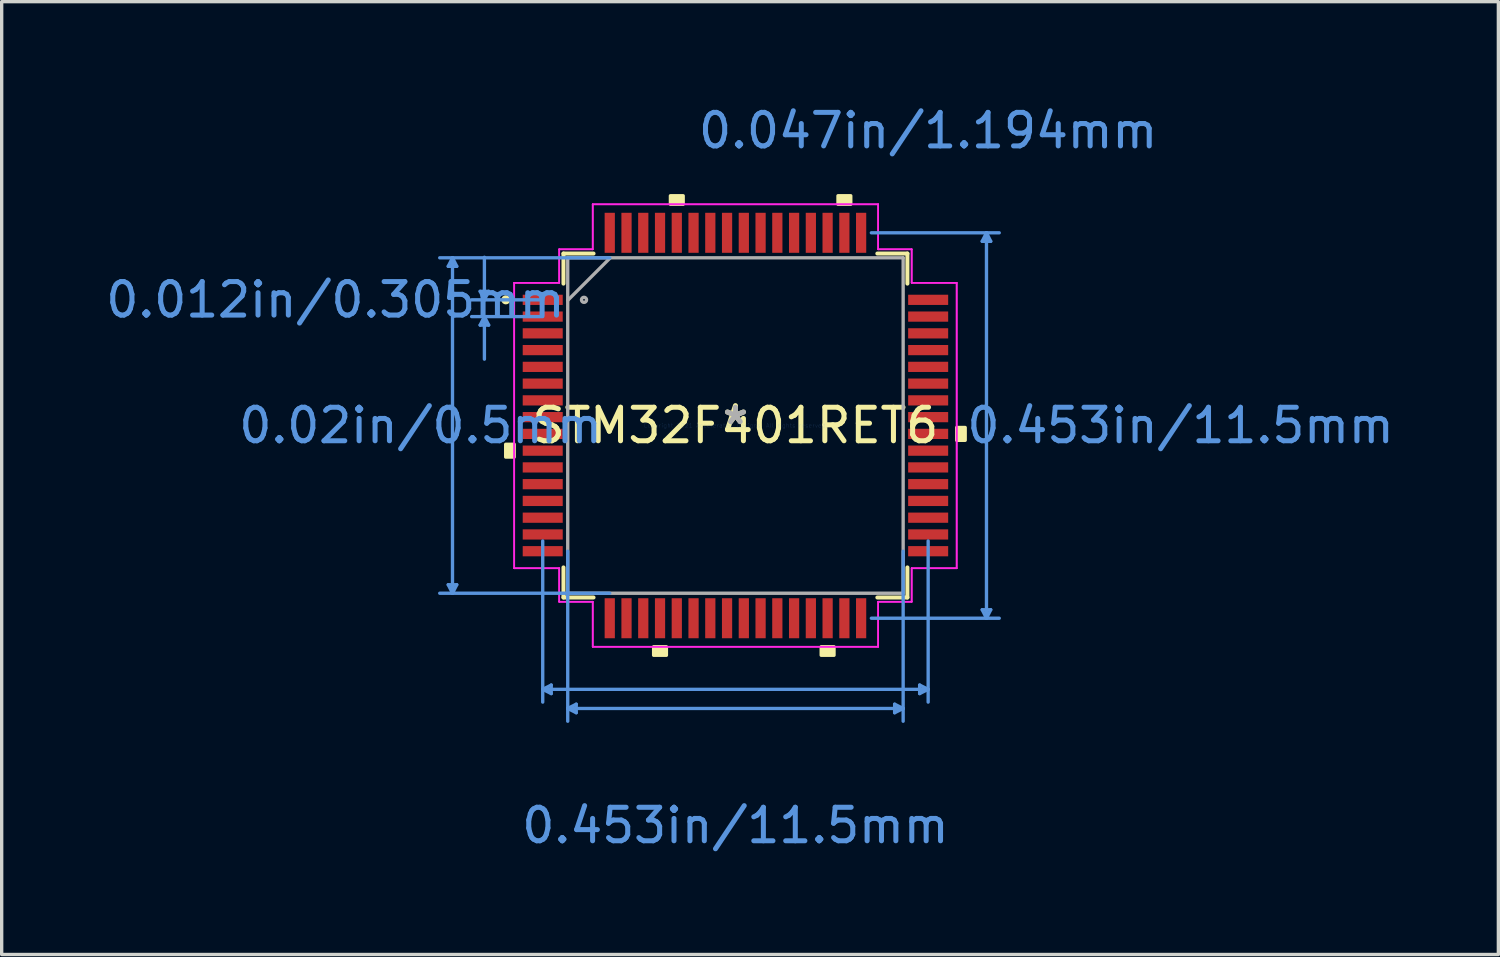
<source format=kicad_pcb>
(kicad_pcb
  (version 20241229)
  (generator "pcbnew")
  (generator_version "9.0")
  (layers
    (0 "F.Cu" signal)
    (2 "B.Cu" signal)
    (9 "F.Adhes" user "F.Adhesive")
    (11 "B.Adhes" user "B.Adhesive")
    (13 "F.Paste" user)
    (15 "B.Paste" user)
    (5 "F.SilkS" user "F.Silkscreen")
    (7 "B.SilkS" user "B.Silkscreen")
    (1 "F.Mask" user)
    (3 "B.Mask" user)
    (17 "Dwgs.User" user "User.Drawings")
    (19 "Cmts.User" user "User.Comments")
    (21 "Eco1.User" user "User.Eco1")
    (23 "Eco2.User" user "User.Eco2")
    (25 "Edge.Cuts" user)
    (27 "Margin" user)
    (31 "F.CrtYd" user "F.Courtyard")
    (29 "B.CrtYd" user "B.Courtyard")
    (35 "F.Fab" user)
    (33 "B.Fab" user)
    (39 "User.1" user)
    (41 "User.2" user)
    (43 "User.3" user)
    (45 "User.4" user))
  (footprint "STM32F401RET6"
    (layer "F.Cu")
    (at 18.893 9.646)
    (property "Reference" "STM32F401RET6" (at 0 0 0) (layer "F.SilkS") (effects (font (size 1 1) (thickness 0.15))))
    (attr through_hole)
    (fp_line (start -5.131 -5.131) (end -5.131 -4.234) (stroke (width 0.12) (type solid)) (layer "F.SilkS"))
    (fp_line (start -5.131 4.234) (end -5.131 5.131) (stroke (width 0.12) (type solid)) (layer "F.SilkS"))
    (fp_line (start -5.131 5.131) (end -4.234 5.131) (stroke (width 0.12) (type solid)) (layer "F.SilkS"))
    (fp_line (start -4.234 -5.131) (end -5.131 -5.131) (stroke (width 0.12) (type solid)) (layer "F.SilkS"))
    (fp_line (start 4.234 5.131) (end 5.131 5.131) (stroke (width 0.12) (type solid)) (layer "F.SilkS"))
    (fp_line (start 5.131 -5.131) (end 4.234 -5.131) (stroke (width 0.12) (type solid)) (layer "F.SilkS"))
    (fp_line (start 5.131 -4.234) (end 5.131 -5.131) (stroke (width 0.12) (type solid)) (layer "F.SilkS"))
    (fp_line (start 5.131 5.131) (end 5.131 4.234) (stroke (width 0.12) (type solid)) (layer "F.SilkS"))
    (fp_circle (center -6.851 -3.75) (end -6.775 -3.75) (stroke (width 0.12) (type solid)) (fill no) (layer "F.SilkS"))
    (fp_poly (pts (xy -6.855 0.56) (xy -6.855 0.941) (xy -6.601 0.941) (xy -6.601 0.56)) (stroke (width 0.1) (type solid)) (fill yes) (layer "F.SilkS"))
    (fp_poly (pts (xy -2.441 6.601) (xy -2.441 6.855) (xy -2.06 6.855) (xy -2.06 6.601)) (stroke (width 0.1) (type solid)) (fill yes) (layer "F.SilkS"))
    (fp_poly (pts (xy -1.94 -6.601) (xy -1.94 -6.855) (xy -1.559 -6.855) (xy -1.559 -6.601)) (stroke (width 0.1) (type solid)) (fill yes) (layer "F.SilkS"))
    (fp_poly (pts (xy 2.559 6.601) (xy 2.559 6.855) (xy 2.941 6.855) (xy 2.941 6.601)) (stroke (width 0.1) (type solid)) (fill yes) (layer "F.SilkS"))
    (fp_poly (pts (xy 3.06 -6.601) (xy 3.06 -6.855) (xy 3.441 -6.855) (xy 3.441 -6.601)) (stroke (width 0.1) (type solid)) (fill yes) (layer "F.SilkS"))
    (fp_poly (pts (xy 6.855 0.059) (xy 6.855 0.441) (xy 6.601 0.441) (xy 6.601 0.059)) (stroke (width 0.1) (type solid)) (fill yes) (layer "F.SilkS"))
    (fp_line (start -8.569 -4.75) (end -8.315 -4.75) (stroke (width 0.1) (type solid)) (layer "Cmts.User"))
    (fp_line (start -8.569 4.75) (end -8.315 4.75) (stroke (width 0.1) (type solid)) (layer "Cmts.User"))
    (fp_line (start -8.442 -5.004) (end -8.569 -4.75) (stroke (width 0.1) (type solid)) (layer "Cmts.User"))
    (fp_line (start -8.442 -5.004) (end -8.442 5.004) (stroke (width 0.1) (type solid)) (layer "Cmts.User"))
    (fp_line (start -8.442 -5.004) (end -8.315 -4.75) (stroke (width 0.1) (type solid)) (layer "Cmts.User"))
    (fp_line (start -8.442 5.004) (end -8.569 4.75) (stroke (width 0.1) (type solid)) (layer "Cmts.User"))
    (fp_line (start -8.442 5.004) (end -8.315 4.75) (stroke (width 0.1) (type solid)) (layer "Cmts.User"))
    (fp_line (start -7.617 -4.004) (end -7.363 -4.004) (stroke (width 0.1) (type solid)) (layer "Cmts.User"))
    (fp_line (start -7.617 -2.996) (end -7.363 -2.996) (stroke (width 0.1) (type solid)) (layer "Cmts.User"))
    (fp_line (start -7.49 -3.75) (end -7.617 -4.004) (stroke (width 0.1) (type solid)) (layer "Cmts.User"))
    (fp_line (start -7.49 -3.75) (end -7.49 -5.02) (stroke (width 0.1) (type solid)) (layer "Cmts.User"))
    (fp_line (start -7.49 -3.75) (end -7.363 -4.004) (stroke (width 0.1) (type solid)) (layer "Cmts.User"))
    (fp_line (start -7.49 -3.25) (end -7.617 -2.996) (stroke (width 0.1) (type solid)) (layer "Cmts.User"))
    (fp_line (start -7.49 -3.25) (end -7.49 -1.98) (stroke (width 0.1) (type solid)) (layer "Cmts.User"))
    (fp_line (start -7.49 -3.25) (end -7.363 -2.996) (stroke (width 0.1) (type solid)) (layer "Cmts.User"))
    (fp_line (start -5.75 -3.75) (end -7.871 -3.75) (stroke (width 0.1) (type solid)) (layer "Cmts.User"))
    (fp_line (start -5.75 -3.25) (end -7.871 -3.25) (stroke (width 0.1) (type solid)) (layer "Cmts.User"))
    (fp_line (start -5.75 3.445) (end -5.75 8.252) (stroke (width 0.1) (type solid)) (layer "Cmts.User"))
    (fp_line (start -5.75 7.871) (end -5.496 7.744) (stroke (width 0.1) (type solid)) (layer "Cmts.User"))
    (fp_line (start -5.75 7.871) (end -5.496 7.998) (stroke (width 0.1) (type solid)) (layer "Cmts.User"))
    (fp_line (start -5.75 7.871) (end 5.75 7.871) (stroke (width 0.1) (type solid)) (layer "Cmts.User"))
    (fp_line (start -5.496 7.744) (end -5.496 7.998) (stroke (width 0.1) (type solid)) (layer "Cmts.User"))
    (fp_line (start -5.004 3.75) (end -5.004 8.823) (stroke (width 0.1) (type solid)) (layer "Cmts.User"))
    (fp_line (start -5.004 8.442) (end -4.75 8.315) (stroke (width 0.1) (type solid)) (layer "Cmts.User"))
    (fp_line (start -5.004 8.442) (end -4.75 8.569) (stroke (width 0.1) (type solid)) (layer "Cmts.User"))
    (fp_line (start -5.004 8.442) (end 5.004 8.442) (stroke (width 0.1) (type solid)) (layer "Cmts.User"))
    (fp_line (start -4.75 8.315) (end -4.75 8.569) (stroke (width 0.1) (type solid)) (layer "Cmts.User"))
    (fp_line (start -3.75 -5.004) (end -8.823 -5.004) (stroke (width 0.1) (type solid)) (layer "Cmts.User"))
    (fp_line (start -3.75 5.004) (end -8.823 5.004) (stroke (width 0.1) (type solid)) (layer "Cmts.User"))
    (fp_line (start 4.055 -5.75) (end 7.871 -5.75) (stroke (width 0.1) (type solid)) (layer "Cmts.User"))
    (fp_line (start 4.055 5.75) (end 7.871 5.75) (stroke (width 0.1) (type solid)) (layer "Cmts.User"))
    (fp_line (start 4.75 8.315) (end 4.75 8.569) (stroke (width 0.1) (type solid)) (layer "Cmts.User"))
    (fp_line (start 5.004 3.75) (end 5.004 8.823) (stroke (width 0.1) (type solid)) (layer "Cmts.User"))
    (fp_line (start 5.004 8.442) (end 4.75 8.315) (stroke (width 0.1) (type solid)) (layer "Cmts.User"))
    (fp_line (start 5.004 8.442) (end 4.75 8.569) (stroke (width 0.1) (type solid)) (layer "Cmts.User"))
    (fp_line (start 5.496 7.744) (end 5.496 7.998) (stroke (width 0.1) (type solid)) (layer "Cmts.User"))
    (fp_line (start 5.75 3.445) (end 5.75 8.252) (stroke (width 0.1) (type solid)) (layer "Cmts.User"))
    (fp_line (start 5.75 7.871) (end 5.496 7.744) (stroke (width 0.1) (type solid)) (layer "Cmts.User"))
    (fp_line (start 5.75 7.871) (end 5.496 7.998) (stroke (width 0.1) (type solid)) (layer "Cmts.User"))
    (fp_line (start 7.363 -5.496) (end 7.617 -5.496) (stroke (width 0.1) (type solid)) (layer "Cmts.User"))
    (fp_line (start 7.363 5.496) (end 7.617 5.496) (stroke (width 0.1) (type solid)) (layer "Cmts.User"))
    (fp_line (start 7.49 -5.75) (end 7.363 -5.496) (stroke (width 0.1) (type solid)) (layer "Cmts.User"))
    (fp_line (start 7.49 -5.75) (end 7.49 5.75) (stroke (width 0.1) (type solid)) (layer "Cmts.User"))
    (fp_line (start 7.49 -5.75) (end 7.617 -5.496) (stroke (width 0.1) (type solid)) (layer "Cmts.User"))
    (fp_line (start 7.49 5.75) (end 7.363 5.496) (stroke (width 0.1) (type solid)) (layer "Cmts.User"))
    (fp_line (start 7.49 5.75) (end 7.617 5.496) (stroke (width 0.1) (type solid)) (layer "Cmts.User"))
    (fp_line (start -6.601 -4.258) (end -5.258 -4.258) (stroke (width 0.05) (type solid)) (layer "F.CrtYd"))
    (fp_line (start -6.601 -4.258) (end -5.258 -4.258) (stroke (width 0.05) (type solid)) (layer "F.CrtYd"))
    (fp_line (start -6.601 4.258) (end -6.601 -4.258) (stroke (width 0.05) (type solid)) (layer "F.CrtYd"))
    (fp_line (start -6.601 4.258) (end -6.601 -4.258) (stroke (width 0.05) (type solid)) (layer "F.CrtYd"))
    (fp_line (start -5.258 -5.258) (end -4.258 -5.258) (stroke (width 0.05) (type solid)) (layer "F.CrtYd"))
    (fp_line (start -5.258 -5.258) (end -4.258 -5.258) (stroke (width 0.05) (type solid)) (layer "F.CrtYd"))
    (fp_line (start -5.258 -4.258) (end -5.258 -5.258) (stroke (width 0.05) (type solid)) (layer "F.CrtYd"))
    (fp_line (start -5.258 -4.258) (end -5.258 -5.258) (stroke (width 0.05) (type solid)) (layer "F.CrtYd"))
    (fp_line (start -5.258 4.258) (end -6.601 4.258) (stroke (width 0.05) (type solid)) (layer "F.CrtYd"))
    (fp_line (start -5.258 4.258) (end -6.601 4.258) (stroke (width 0.05) (type solid)) (layer "F.CrtYd"))
    (fp_line (start -5.258 5.258) (end -5.258 4.258) (stroke (width 0.05) (type solid)) (layer "F.CrtYd"))
    (fp_line (start -5.258 5.258) (end -5.258 4.258) (stroke (width 0.05) (type solid)) (layer "F.CrtYd"))
    (fp_line (start -4.258 -6.601) (end 4.258 -6.601) (stroke (width 0.05) (type solid)) (layer "F.CrtYd"))
    (fp_line (start -4.258 -6.601) (end 4.258 -6.601) (stroke (width 0.05) (type solid)) (layer "F.CrtYd"))
    (fp_line (start -4.258 -5.258) (end -4.258 -6.601) (stroke (width 0.05) (type solid)) (layer "F.CrtYd"))
    (fp_line (start -4.258 -5.258) (end -4.258 -6.601) (stroke (width 0.05) (type solid)) (layer "F.CrtYd"))
    (fp_line (start -4.258 5.258) (end -5.258 5.258) (stroke (width 0.05) (type solid)) (layer "F.CrtYd"))
    (fp_line (start -4.258 5.258) (end -5.258 5.258) (stroke (width 0.05) (type solid)) (layer "F.CrtYd"))
    (fp_line (start -4.258 6.601) (end -4.258 5.258) (stroke (width 0.05) (type solid)) (layer "F.CrtYd"))
    (fp_line (start -4.258 6.601) (end -4.258 5.258) (stroke (width 0.05) (type solid)) (layer "F.CrtYd"))
    (fp_line (start 4.258 -6.601) (end 4.258 -5.258) (stroke (width 0.05) (type solid)) (layer "F.CrtYd"))
    (fp_line (start 4.258 -6.601) (end 4.258 -5.258) (stroke (width 0.05) (type solid)) (layer "F.CrtYd"))
    (fp_line (start 4.258 -5.258) (end 5.258 -5.258) (stroke (width 0.05) (type solid)) (layer "F.CrtYd"))
    (fp_line (start 4.258 -5.258) (end 5.258 -5.258) (stroke (width 0.05) (type solid)) (layer "F.CrtYd"))
    (fp_line (start 4.258 5.258) (end 4.258 6.601) (stroke (width 0.05) (type solid)) (layer "F.CrtYd"))
    (fp_line (start 4.258 5.258) (end 4.258 6.601) (stroke (width 0.05) (type solid)) (layer "F.CrtYd"))
    (fp_line (start 4.258 6.601) (end -4.258 6.601) (stroke (width 0.05) (type solid)) (layer "F.CrtYd"))
    (fp_line (start 4.258 6.601) (end -4.258 6.601) (stroke (width 0.05) (type solid)) (layer "F.CrtYd"))
    (fp_line (start 5.258 -5.258) (end 5.258 -4.258) (stroke (width 0.05) (type solid)) (layer "F.CrtYd"))
    (fp_line (start 5.258 -5.258) (end 5.258 -4.258) (stroke (width 0.05) (type solid)) (layer "F.CrtYd"))
    (fp_line (start 5.258 -4.258) (end 6.601 -4.258) (stroke (width 0.05) (type solid)) (layer "F.CrtYd"))
    (fp_line (start 5.258 -4.258) (end 6.601 -4.258) (stroke (width 0.05) (type solid)) (layer "F.CrtYd"))
    (fp_line (start 5.258 4.258) (end 5.258 5.258) (stroke (width 0.05) (type solid)) (layer "F.CrtYd"))
    (fp_line (start 5.258 4.258) (end 5.258 5.258) (stroke (width 0.05) (type solid)) (layer "F.CrtYd"))
    (fp_line (start 5.258 5.258) (end 4.258 5.258) (stroke (width 0.05) (type solid)) (layer "F.CrtYd"))
    (fp_line (start 5.258 5.258) (end 4.258 5.258) (stroke (width 0.05) (type solid)) (layer "F.CrtYd"))
    (fp_line (start 6.601 -4.258) (end 6.601 4.258) (stroke (width 0.05) (type solid)) (layer "F.CrtYd"))
    (fp_line (start 6.601 -4.258) (end 6.601 4.258) (stroke (width 0.05) (type solid)) (layer "F.CrtYd"))
    (fp_line (start 6.601 4.258) (end 5.258 4.258) (stroke (width 0.05) (type solid)) (layer "F.CrtYd"))
    (fp_line (start 6.601 4.258) (end 5.258 4.258) (stroke (width 0.05) (type solid)) (layer "F.CrtYd"))
    (fp_line (start -5.004 -5.004) (end -5.004 5.004) (stroke (width 0.1) (type solid)) (layer "F.Fab"))
    (fp_line (start -5.004 -3.734) (end -3.734 -5.004) (stroke (width 0.1) (type solid)) (layer "F.Fab"))
    (fp_line (start -5.004 5.004) (end 5.004 5.004) (stroke (width 0.1) (type solid)) (layer "F.Fab"))
    (fp_line (start 5.004 -5.004) (end -5.004 -5.004) (stroke (width 0.1) (type solid)) (layer "F.Fab"))
    (fp_line (start 5.004 5.004) (end 5.004 -5.004) (stroke (width 0.1) (type solid)) (layer "F.Fab"))
    (fp_circle (center -4.518 -3.75) (end -4.442 -3.75) (stroke (width 0.1) (type solid)) (fill no) (layer "F.Fab"))
    (fp_text user "*" (at 0 0 0) (layer "F.SilkS") (effects (font (size 1 1) (thickness 0.15))))
    (fp_text user "0.012in/0.305mm" (at -11.935 -3.75 0) (layer "Cmts.User") (effects (font (size 1 1) (thickness 0.15))))
    (fp_text user "Copyright 2021 Accelerated Designs. All rights reserved." (at 0 0 0) (layer "Cmts.User") (effects (font (size 0.127 0.127) (thickness 0.002))))
    (fp_text user "0.453in/11.5mm" (at 0 11.935 0) (layer "Cmts.User") (effects (font (size 1 1) (thickness 0.15))))
    (fp_text user "0.047in/1.194mm" (at 5.75 -8.798 0) (layer "Cmts.User") (effects (font (size 1 1) (thickness 0.15))))
    (fp_text user "0.02in/0.5mm" (at -9.395 0 0) (layer "Cmts.User") (effects (font (size 1 1) (thickness 0.15))))
    (fp_text user "0.453in/11.5mm" (at 13.281 0 0) (layer "Cmts.User") (effects (font (size 1 1) (thickness 0.15))))
    (fp_text user "*" (at 0 0 0) (layer "F.Fab") (effects (font (size 1 1) (thickness 0.15))))
    (pad "1" smd rect (at -5.75 -3.75) (size 1.194 0.305) (layers "F.Cu" "F.Mask" "F.Paste"))
    (pad "2" smd rect (at -5.75 -3.25) (size 1.194 0.305) (layers "F.Cu" "F.Mask" "F.Paste"))
    (pad "3" smd rect (at -5.75 -2.75) (size 1.194 0.305) (layers "F.Cu" "F.Mask" "F.Paste"))
    (pad "4" smd rect (at -5.75 -2.25) (size 1.194 0.305) (layers "F.Cu" "F.Mask" "F.Paste"))
    (pad "5" smd rect (at -5.75 -1.75) (size 1.194 0.305) (layers "F.Cu" "F.Mask" "F.Paste"))
    (pad "6" smd rect (at -5.75 -1.25) (size 1.194 0.305) (layers "F.Cu" "F.Mask" "F.Paste"))
    (pad "7" smd rect (at -5.75 -0.75) (size 1.194 0.305) (layers "F.Cu" "F.Mask" "F.Paste"))
    (pad "8" smd rect (at -5.75 -0.25) (size 1.194 0.305) (layers "F.Cu" "F.Mask" "F.Paste"))
    (pad "9" smd rect (at -5.75 0.25) (size 1.194 0.305) (layers "F.Cu" "F.Mask" "F.Paste"))
    (pad "10" smd rect (at -5.75 0.75) (size 1.194 0.305) (layers "F.Cu" "F.Mask" "F.Paste"))
    (pad "11" smd rect (at -5.75 1.25) (size 1.194 0.305) (layers "F.Cu" "F.Mask" "F.Paste"))
    (pad "12" smd rect (at -5.75 1.75) (size 1.194 0.305) (layers "F.Cu" "F.Mask" "F.Paste"))
    (pad "13" smd rect (at -5.75 2.25) (size 1.194 0.305) (layers "F.Cu" "F.Mask" "F.Paste"))
    (pad "14" smd rect (at -5.75 2.75) (size 1.194 0.305) (layers "F.Cu" "F.Mask" "F.Paste"))
    (pad "15" smd rect (at -5.75 3.25) (size 1.194 0.305) (layers "F.Cu" "F.Mask" "F.Paste"))
    (pad "16" smd rect (at -5.75 3.75) (size 1.194 0.305) (layers "F.Cu" "F.Mask" "F.Paste"))
    (pad "17" smd rect (at -3.75 5.75 90) (size 1.194 0.305) (layers "F.Cu" "F.Mask" "F.Paste"))
    (pad "18" smd rect (at -3.25 5.75 90) (size 1.194 0.305) (layers "F.Cu" "F.Mask" "F.Paste"))
    (pad "19" smd rect (at -2.75 5.75 90) (size 1.194 0.305) (layers "F.Cu" "F.Mask" "F.Paste"))
    (pad "20" smd rect (at -2.25 5.75 90) (size 1.194 0.305) (layers "F.Cu" "F.Mask" "F.Paste"))
    (pad "21" smd rect (at -1.75 5.75 90) (size 1.194 0.305) (layers "F.Cu" "F.Mask" "F.Paste"))
    (pad "22" smd rect (at -1.25 5.75 90) (size 1.194 0.305) (layers "F.Cu" "F.Mask" "F.Paste"))
    (pad "23" smd rect (at -0.75 5.75 90) (size 1.194 0.305) (layers "F.Cu" "F.Mask" "F.Paste"))
    (pad "24" smd rect (at -0.25 5.75 90) (size 1.194 0.305) (layers "F.Cu" "F.Mask" "F.Paste"))
    (pad "25" smd rect (at 0.25 5.75 90) (size 1.194 0.305) (layers "F.Cu" "F.Mask" "F.Paste"))
    (pad "26" smd rect (at 0.75 5.75 90) (size 1.194 0.305) (layers "F.Cu" "F.Mask" "F.Paste"))
    (pad "27" smd rect (at 1.25 5.75 90) (size 1.194 0.305) (layers "F.Cu" "F.Mask" "F.Paste"))
    (pad "28" smd rect (at 1.75 5.75 90) (size 1.194 0.305) (layers "F.Cu" "F.Mask" "F.Paste"))
    (pad "29" smd rect (at 2.25 5.75 90) (size 1.194 0.305) (layers "F.Cu" "F.Mask" "F.Paste"))
    (pad "30" smd rect (at 2.75 5.75 90) (size 1.194 0.305) (layers "F.Cu" "F.Mask" "F.Paste"))
    (pad "31" smd rect (at 3.25 5.75 90) (size 1.194 0.305) (layers "F.Cu" "F.Mask" "F.Paste"))
    (pad "32" smd rect (at 3.75 5.75 90) (size 1.194 0.305) (layers "F.Cu" "F.Mask" "F.Paste"))
    (pad "33" smd rect (at 5.75 3.75) (size 1.194 0.305) (layers "F.Cu" "F.Mask" "F.Paste"))
    (pad "34" smd rect (at 5.75 3.25) (size 1.194 0.305) (layers "F.Cu" "F.Mask" "F.Paste"))
    (pad "35" smd rect (at 5.75 2.75) (size 1.194 0.305) (layers "F.Cu" "F.Mask" "F.Paste"))
    (pad "36" smd rect (at 5.75 2.25) (size 1.194 0.305) (layers "F.Cu" "F.Mask" "F.Paste"))
    (pad "37" smd rect (at 5.75 1.75) (size 1.194 0.305) (layers "F.Cu" "F.Mask" "F.Paste"))
    (pad "38" smd rect (at 5.75 1.25) (size 1.194 0.305) (layers "F.Cu" "F.Mask" "F.Paste"))
    (pad "39" smd rect (at 5.75 0.75) (size 1.194 0.305) (layers "F.Cu" "F.Mask" "F.Paste"))
    (pad "40" smd rect (at 5.75 0.25) (size 1.194 0.305) (layers "F.Cu" "F.Mask" "F.Paste"))
    (pad "41" smd rect (at 5.75 -0.25) (size 1.194 0.305) (layers "F.Cu" "F.Mask" "F.Paste"))
    (pad "42" smd rect (at 5.75 -0.75) (size 1.194 0.305) (layers "F.Cu" "F.Mask" "F.Paste"))
    (pad "43" smd rect (at 5.75 -1.25) (size 1.194 0.305) (layers "F.Cu" "F.Mask" "F.Paste"))
    (pad "44" smd rect (at 5.75 -1.75) (size 1.194 0.305) (layers "F.Cu" "F.Mask" "F.Paste"))
    (pad "45" smd rect (at 5.75 -2.25) (size 1.194 0.305) (layers "F.Cu" "F.Mask" "F.Paste"))
    (pad "46" smd rect (at 5.75 -2.75) (size 1.194 0.305) (layers "F.Cu" "F.Mask" "F.Paste"))
    (pad "47" smd rect (at 5.75 -3.25) (size 1.194 0.305) (layers "F.Cu" "F.Mask" "F.Paste"))
    (pad "48" smd rect (at 5.75 -3.75) (size 1.194 0.305) (layers "F.Cu" "F.Mask" "F.Paste"))
    (pad "49" smd rect (at 3.75 -5.75 90) (size 1.194 0.305) (layers "F.Cu" "F.Mask" "F.Paste"))
    (pad "50" smd rect (at 3.25 -5.75 90) (size 1.194 0.305) (layers "F.Cu" "F.Mask" "F.Paste"))
    (pad "51" smd rect (at 2.75 -5.75 90) (size 1.194 0.305) (layers "F.Cu" "F.Mask" "F.Paste"))
    (pad "52" smd rect (at 2.25 -5.75 90) (size 1.194 0.305) (layers "F.Cu" "F.Mask" "F.Paste"))
    (pad "53" smd rect (at 1.75 -5.75 90) (size 1.194 0.305) (layers "F.Cu" "F.Mask" "F.Paste"))
    (pad "54" smd rect (at 1.25 -5.75 90) (size 1.194 0.305) (layers "F.Cu" "F.Mask" "F.Paste"))
    (pad "55" smd rect (at 0.75 -5.75 90) (size 1.194 0.305) (layers "F.Cu" "F.Mask" "F.Paste"))
    (pad "56" smd rect (at 0.25 -5.75 90) (size 1.194 0.305) (layers "F.Cu" "F.Mask" "F.Paste"))
    (pad "57" smd rect (at -0.25 -5.75 90) (size 1.194 0.305) (layers "F.Cu" "F.Mask" "F.Paste"))
    (pad "58" smd rect (at -0.75 -5.75 90) (size 1.194 0.305) (layers "F.Cu" "F.Mask" "F.Paste"))
    (pad "59" smd rect (at -1.25 -5.75 90) (size 1.194 0.305) (layers "F.Cu" "F.Mask" "F.Paste"))
    (pad "60" smd rect (at -1.75 -5.75 90) (size 1.194 0.305) (layers "F.Cu" "F.Mask" "F.Paste"))
    (pad "61" smd rect (at -2.25 -5.75 90) (size 1.194 0.305) (layers "F.Cu" "F.Mask" "F.Paste"))
    (pad "62" smd rect (at -2.75 -5.75 90) (size 1.194 0.305) (layers "F.Cu" "F.Mask" "F.Paste"))
    (pad "63" smd rect (at -3.25 -5.75 90) (size 1.194 0.305) (layers "F.Cu" "F.Mask" "F.Paste"))
    (pad "64" smd rect (at -3.75 -5.75 90) (size 1.194 0.305) (layers "F.Cu" "F.Mask" "F.Paste")))
  (gr_rect
    (start -3 -3)
    (end 41.656 25.429)
    (stroke (width 0.1) (type default))
    (fill no)
    (layer "Edge.Cuts")))
</source>
